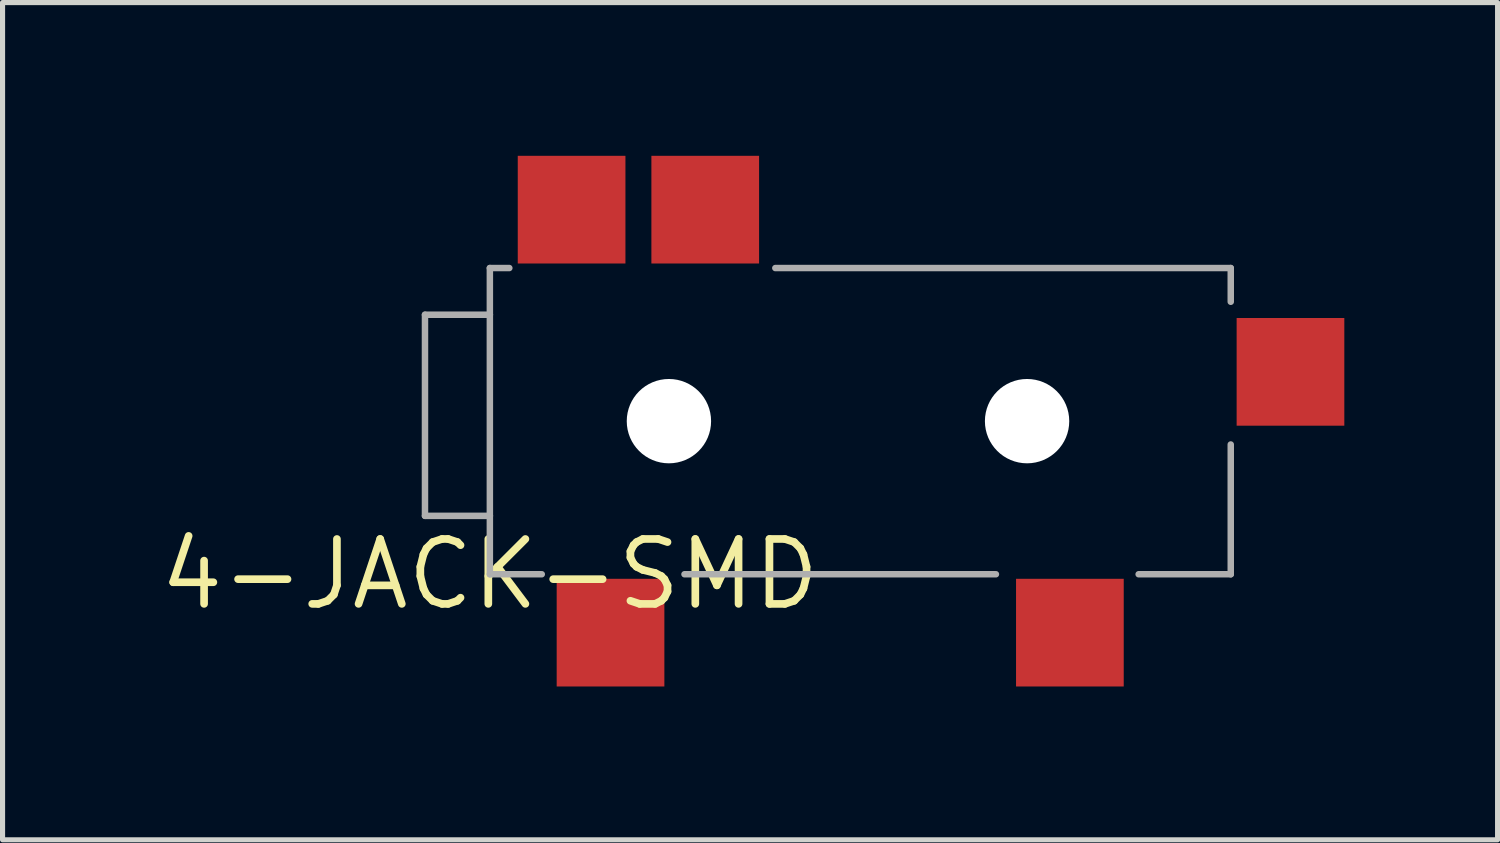
<source format=kicad_pcb>
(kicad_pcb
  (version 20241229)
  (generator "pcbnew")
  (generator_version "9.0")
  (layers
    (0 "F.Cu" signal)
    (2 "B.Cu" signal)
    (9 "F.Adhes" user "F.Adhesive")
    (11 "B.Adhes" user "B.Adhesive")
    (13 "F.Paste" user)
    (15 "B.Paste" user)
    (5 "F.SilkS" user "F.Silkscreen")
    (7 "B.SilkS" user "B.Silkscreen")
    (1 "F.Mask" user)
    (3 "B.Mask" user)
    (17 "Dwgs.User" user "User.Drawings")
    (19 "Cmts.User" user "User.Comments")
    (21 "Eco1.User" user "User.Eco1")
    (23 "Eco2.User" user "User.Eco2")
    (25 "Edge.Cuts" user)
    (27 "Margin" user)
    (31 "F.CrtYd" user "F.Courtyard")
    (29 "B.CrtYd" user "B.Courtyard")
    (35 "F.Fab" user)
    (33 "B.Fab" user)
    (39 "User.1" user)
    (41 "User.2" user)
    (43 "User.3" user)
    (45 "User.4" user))
  (footprint "4-JACK-SMD"
    (layer "F.Cu")
    (at 6.539 8.191)
    (property "Reference" "4-JACK-SMD" (at 0 0 0) (layer "F.SilkS") (effects (font (size 1.27 1.27) (thickness 0.15))))
    (fp_line (start -1.27 -5.08) (end 0 -5.08) (stroke (width 0.127) (type solid)) (layer "F.Fab"))
    (fp_line (start -1.27 -1.143) (end -1.27 -5.08) (stroke (width 0.127) (type solid)) (layer "F.Fab"))
    (fp_line (start 0 -5.994) (end 0 -5.08) (stroke (width 0.127) (type solid)) (layer "F.Fab"))
    (fp_line (start 0 -5.994) (end 0.381 -5.994) (stroke (width 0.127) (type solid)) (layer "F.Fab"))
    (fp_line (start 0 -5.08) (end 0 -1.143) (stroke (width 0.127) (type solid)) (layer "F.Fab"))
    (fp_line (start 0 -1.143) (end -1.27 -1.143) (stroke (width 0.127) (type solid)) (layer "F.Fab"))
    (fp_line (start 0 -1.143) (end 0 0) (stroke (width 0.127) (type solid)) (layer "F.Fab"))
    (fp_line (start 0 0) (end 1.016 0) (stroke (width 0.127) (type solid)) (layer "F.Fab"))
    (fp_line (start 3.81 0) (end 9.906 0) (stroke (width 0.127) (type solid)) (layer "F.Fab"))
    (fp_line (start 5.588 -5.994) (end 14.503 -5.994) (stroke (width 0.127) (type solid)) (layer "F.Fab"))
    (fp_line (start 12.7 0) (end 14.503 0) (stroke (width 0.127) (type solid)) (layer "F.Fab"))
    (fp_line (start 14.503 -5.994) (end 14.503 -5.334) (stroke (width 0.127) (type solid)) (layer "F.Fab"))
    (fp_line (start 14.503 0) (end 14.503 -2.54) (stroke (width 0.127) (type solid)) (layer "F.Fab"))
    (pad "" np_thru_hole circle (at 3.505 -2.997) (size 1.651 1.651) (drill 1.651) (layers "*.Cu" "*.Mask"))
    (pad "" np_thru_hole circle (at 10.516 -2.997) (size 1.651 1.651) (drill 1.651) (layers "*.Cu" "*.Mask"))
    (pad "1" smd rect (at 2.362 1.143 90) (size 2.108 2.108) (layers "F.Cu" "F.Mask" "F.Paste"))
    (pad "2" smd rect (at 4.216 -7.137 90) (size 2.108 2.108) (layers "F.Cu" "F.Mask" "F.Paste"))
    (pad "3" smd rect (at 11.354 1.143 90) (size 2.108 2.108) (layers "F.Cu" "F.Mask" "F.Paste"))
    (pad "4" smd rect (at 1.6 -7.137 90) (size 2.108 2.108) (layers "F.Cu" "F.Mask" "F.Paste"))
    (pad "5" smd rect (at 15.672 -3.962 180) (size 2.108 2.108) (layers "F.Cu" "F.Mask" "F.Paste")))
  (gr_rect
    (start -3 -3)
    (end 26.265 13.389)
    (stroke (width 0.1) (type default))
    (fill no)
    (layer "Edge.Cuts")))
</source>
